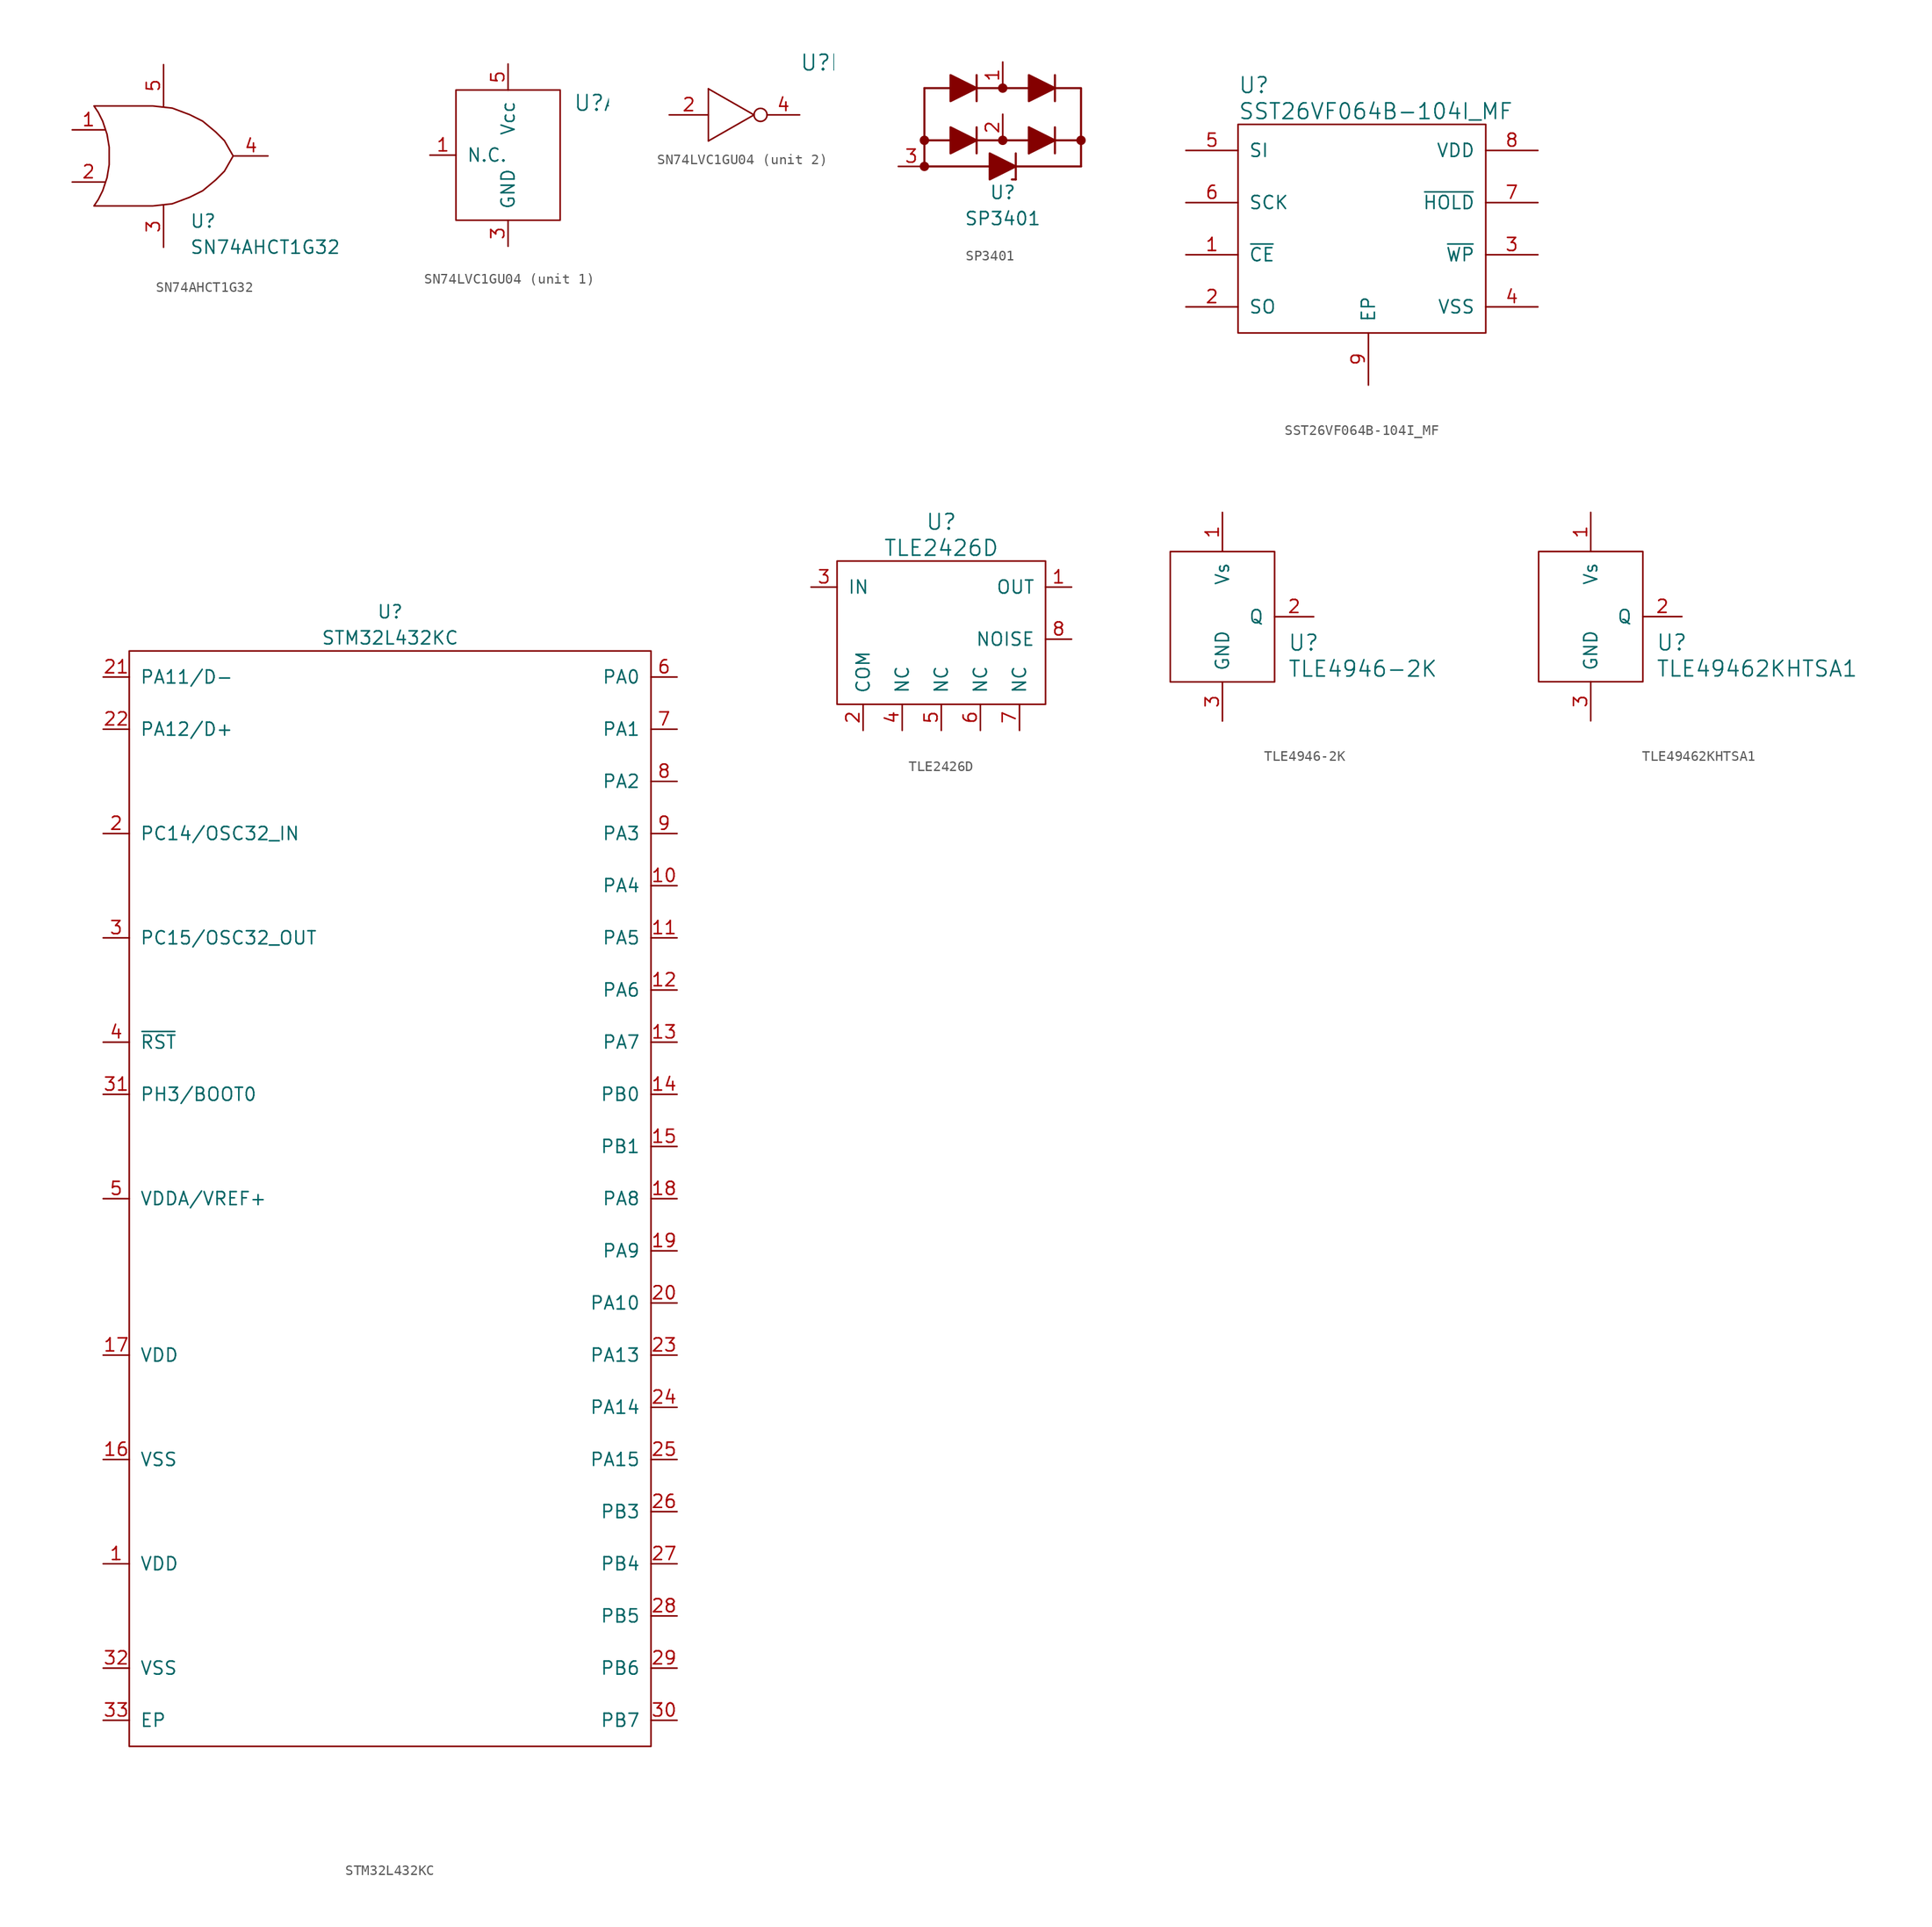
<source format=kicad_sym>
(kicad_symbol_lib
  (version 20211014)
  (generator kicad_symbol_editor)
  (symbol "SN74AHCT1G32"
    (property "Reference" "U"
      (at 2.54 -6.35 0)
      (effects (font (size 1.27 1.27)) (justify left)))
    (property "Value" "SN74AHCT1G32"
      (at 2.54 -8.89 0)
      (effects (font (size 1.27 1.27)) (justify left)))
    (symbol "SN74AHCT1G32_0_1"
      (polyline (pts (xy 6.773 0) (xy 5.927 1.482) (xy 5.08 2.328) (xy 3.81 3.387) (xy 2.54 4.022) (xy 0.847 4.657) (xy -1.058 4.868) (xy -6.773 4.868) (xy -6.35 4.233) (xy -5.927 3.387) (xy -5.503 2.117) (xy -5.292 0.847) (xy -5.292 -0.847) (xy -5.503 -2.117) (xy -5.927 -3.387) (xy -6.35 -4.233) (xy -6.773 -4.868) (xy -1.058 -4.868) (xy 0.847 -4.657) (xy 2.54 -4.022) (xy 3.81 -3.387) (xy 5.08 -2.328) (xy 5.927 -1.482) (xy 6.773 0)) (stroke (width 0) (type default) (color 0 0 0 0)) (fill (type none))))
    (symbol "SN74AHCT1G32_1_1"
      (pin input line (at -8.89 2.54 0) (length 3.175) (name "" (effects (font (size 1.27 1.27)))) (number "1" (effects (font (size 1.27 1.27)))))
      (pin input line (at -8.89 -2.54 0) (length 3.175) (name "" (effects (font (size 1.27 1.27)))) (number "2" (effects (font (size 1.27 1.27)))))
      (pin power_in line (at 0 -8.89 90) (length 4.064) (name "" (effects (font (size 1.27 1.27)))) (number "3" (effects (font (size 1.27 1.27)))))
      (pin output line (at 10.16 0 180) (length 3.302) (name "" (effects (font (size 1.27 1.27)))) (number "4" (effects (font (size 1.27 1.27)))))
      (pin power_in line (at 0 8.89 270) (length 4.064) (name "" (effects (font (size 1.27 1.27)))) (number "5" (effects (font (size 1.27 1.27)))))))
  (symbol "SN74LVC1GU04"
    (pin_names
      (offset 1.016))
    (property "Reference" "U"
      (at 6.35 5.08 0)
      (effects (font (size 1.524 1.524)) (justify left)))
    (property "ki_locked" ""
      (at 0 0 0)
      (effects (font (size 1.27 1.27))))
    (symbol "SN74LVC1GU04_1_1"
      (polyline (pts (xy -5.08 6.35) (xy 5.08 6.35) (xy 5.08 -6.35) (xy -5.08 -6.35) (xy -5.08 6.35)) (stroke (width 0) (type default) (color 0 0 0 0)) (fill (type none)))
      (pin input line (at -7.62 0 0) (length 2.54) (name "N.C." (effects (font (size 1.27 1.27)))) (number "1" (effects (font (size 1.27 1.27)))))
      (pin input line (at 0 -8.89 90) (length 2.54) (name "GND" (effects (font (size 1.27 1.27)))) (number "3" (effects (font (size 1.27 1.27)))))
      (pin input line (at 0 8.89 270) (length 2.54) (name "Vcc" (effects (font (size 1.27 1.27)))) (number "5" (effects (font (size 1.27 1.27))))))
    (symbol "SN74LVC1GU04_2_1"
      (polyline (pts (xy -2.54 -2.54) (xy 1.905 0)) (stroke (width 0) (type default) (color 0 0 0 0)) (fill (type none)))
      (polyline (pts (xy -2.54 2.54) (xy -2.54 -2.54)) (stroke (width 0) (type default) (color 0 0 0 0)) (fill (type none)))
      (polyline (pts (xy -2.54 2.54) (xy 1.905 0)) (stroke (width 0) (type default) (color 0 0 0 0)) (fill (type none)))
      (circle (center 2.54 0) (radius 0.635) (stroke (width 0) (type default) (color 0 0 0 0)) (fill (type none)))
      (pin input line (at -6.35 0 0) (length 3.81) (name "~" (effects (font (size 1.27 1.27)))) (number "2" (effects (font (size 1.27 1.27)))))
      (pin input line (at 6.35 0 180) (length 3.175) (name "~" (effects (font (size 1.27 1.27)))) (number "4" (effects (font (size 1.27 1.27)))))))
  (symbol "SP3401"
    (pin_names
      (offset 1.016))
    (property "Reference" "U"
      (at 0 -10.16 0)
      (effects (font (size 1.27 1.27))))
    (property "Value" "SP3401"
      (at 0 -12.7 0)
      (effects (font (size 1.27 1.27))))
    (symbol "SP3401_0_1"
      (circle (center -7.62 -7.62) (radius 0.356) (stroke (width 0.203) (type default) (color 0 0 0 0)) (fill (type outline)))
      (circle (center -7.62 -5.08) (radius 0.356) (stroke (width 0.203) (type default) (color 0 0 0 0)) (fill (type outline)))
      (circle (center 0 -5.08) (radius 0.356) (stroke (width 0.203) (type default) (color 0 0 0 0)) (fill (type outline)))
      (polyline (pts (xy -7.62 -7.62) (xy -7.62 0)) (stroke (width 0.203) (type default) (color 0 0 0 0)) (fill (type none)))
      (polyline (pts (xy -7.62 -7.62) (xy -1.27 -7.62)) (stroke (width 0.203) (type default) (color 0 0 0 0)) (fill (type none)))
      (polyline (pts (xy -7.62 0) (xy -5.08 0)) (stroke (width 0.203) (type default) (color 0 0 0 0)) (fill (type none)))
      (polyline (pts (xy -5.08 -5.08) (xy -7.62 -5.08)) (stroke (width 0.203) (type default) (color 0 0 0 0)) (fill (type none)))
      (polyline (pts (xy -2.54 -5.08) (xy 2.54 -5.08)) (stroke (width 0.203) (type default) (color 0 0 0 0)) (fill (type none)))
      (polyline (pts (xy -2.54 -3.81) (xy -2.54 -6.35)) (stroke (width 0.203) (type default) (color 0 0 0 0)) (fill (type none)))
      (polyline (pts (xy -2.54 0) (xy 2.54 0)) (stroke (width 0.203) (type default) (color 0 0 0 0)) (fill (type none)))
      (polyline (pts (xy -2.54 1.27) (xy -2.54 -1.27)) (stroke (width 0.203) (type default) (color 0 0 0 0)) (fill (type none)))
      (polyline (pts (xy 1.27 -8.89) (xy 0.889 -8.89)) (stroke (width 0.203) (type default) (color 0 0 0 0)) (fill (type none)))
      (polyline (pts (xy 1.27 -7.62) (xy 7.62 -7.62)) (stroke (width 0.203) (type default) (color 0 0 0 0)) (fill (type none)))
      (polyline (pts (xy 1.27 -6.35) (xy 1.27 -8.89)) (stroke (width 0.203) (type default) (color 0 0 0 0)) (fill (type none)))
      (polyline (pts (xy 2.54 -3.81) (xy 2.54 -6.35)) (stroke (width 0.203) (type default) (color 0 0 0 0)) (fill (type none)))
      (polyline (pts (xy 5.08 -3.81) (xy 5.08 -6.35)) (stroke (width 0.203) (type default) (color 0 0 0 0)) (fill (type none)))
      (polyline (pts (xy 5.08 1.27) (xy 5.08 -1.27)) (stroke (width 0.203) (type default) (color 0 0 0 0)) (fill (type none)))
      (polyline (pts (xy 7.62 -7.62) (xy 7.62 -5.08)) (stroke (width 0.203) (type default) (color 0 0 0 0)) (fill (type none)))
      (polyline (pts (xy 2.54 -6.35) (xy 5.08 -5.08) (xy 2.54 -3.81)) (stroke (width 0.203) (type default) (color 0 0 0 0)) (fill (type outline)))
      (polyline (pts (xy -5.08 -3.81) (xy -5.08 -6.35) (xy -2.54 -5.08) (xy -5.08 -3.81)) (stroke (width 0.203) (type default) (color 0 0 0 0)) (fill (type outline)))
      (polyline (pts (xy -5.08 1.27) (xy -5.08 -1.27) (xy -2.54 0) (xy -5.08 1.27)) (stroke (width 0.203) (type default) (color 0 0 0 0)) (fill (type outline)))
      (polyline (pts (xy -1.27 -6.35) (xy -1.27 -8.89) (xy 1.27 -7.62) (xy -1.27 -6.35)) (stroke (width 0.203) (type default) (color 0 0 0 0)) (fill (type outline)))
      (polyline (pts (xy 2.54 1.27) (xy 2.54 -1.27) (xy 5.08 0) (xy 2.54 1.27)) (stroke (width 0.203) (type default) (color 0 0 0 0)) (fill (type outline)))
      (polyline (pts (xy 5.08 0) (xy 7.62 0) (xy 7.62 -5.08) (xy 5.08 -5.08)) (stroke (width 0.203) (type default) (color 0 0 0 0)) (fill (type none)))
      (circle (center 0 0) (radius 0.356) (stroke (width 0.203) (type default) (color 0 0 0 0)) (fill (type outline)))
      (circle (center 7.62 -5.08) (radius 0.356) (stroke (width 0.203) (type default) (color 0 0 0 0)) (fill (type outline))))
    (symbol "SP3401_1_1"
      (pin passive line (at 0 2.54 270) (length 2.54) (name "~" (effects (font (size 1.27 1.27)))) (number "1" (effects (font (size 1.27 1.27)))))
      (pin passive line (at 0 -2.54 270) (length 2.54) (name "~" (effects (font (size 1.27 1.27)))) (number "2" (effects (font (size 1.27 1.27)))))
      (pin passive line (at -10.16 -7.62 0) (length 2.54) (name "~" (effects (font (size 1.27 1.27)))) (number "3" (effects (font (size 1.27 1.27)))))))
  (symbol "SST26VF064B-104I_MF"
    (pin_names
      (offset 1.016))
    (property "Reference" "U"
      (at -12.7 13.97 0)
      (effects (font (size 1.524 1.524)) (justify left)))
    (property "Value" "SST26VF064B-104I_MF"
      (at -12.7 11.43 0)
      (effects (font (size 1.524 1.524)) (justify left)))
    (symbol "SST26VF064B-104I_MF_0_1"
      (rectangle (start -12.7 -10.16) (end 11.43 10.16) (stroke (width 0) (type default) (color 0 0 0 0)) (fill (type none))))
    (symbol "SST26VF064B-104I_MF_1_1"
      (pin input line (at -17.78 -2.54 0) (length 5.08) (name "~{CE}" (effects (font (size 1.27 1.27)))) (number "1" (effects (font (size 1.27 1.27)))))
      (pin input line (at -17.78 -7.62 0) (length 5.08) (name "SO" (effects (font (size 1.27 1.27)))) (number "2" (effects (font (size 1.27 1.27)))))
      (pin input line (at 16.51 -2.54 180) (length 5.08) (name "~{WP}" (effects (font (size 1.27 1.27)))) (number "3" (effects (font (size 1.27 1.27)))))
      (pin input line (at 16.51 -7.62 180) (length 5.08) (name "VSS" (effects (font (size 1.27 1.27)))) (number "4" (effects (font (size 1.27 1.27)))))
      (pin input line (at -17.78 7.62 0) (length 5.08) (name "SI" (effects (font (size 1.27 1.27)))) (number "5" (effects (font (size 1.27 1.27)))))
      (pin input line (at -17.78 2.54 0) (length 5.08) (name "SCK" (effects (font (size 1.27 1.27)))) (number "6" (effects (font (size 1.27 1.27)))))
      (pin input line (at 16.51 2.54 180) (length 5.08) (name "~{HOLD}" (effects (font (size 1.27 1.27)))) (number "7" (effects (font (size 1.27 1.27)))))
      (pin input line (at 16.51 7.62 180) (length 5.08) (name "VDD" (effects (font (size 1.27 1.27)))) (number "8" (effects (font (size 1.27 1.27)))))
      (pin input line (at 0 -15.24 90) (length 5.08) (name "EP" (effects (font (size 1.27 1.27)))) (number "9" (effects (font (size 1.27 1.27)))))))
  (symbol "STM32L432KC"
    (pin_names
      (offset 1.016))
    (property "Reference" "U"
      (at 0 57.15 0)
      (effects (font (size 1.27 1.27))))
    (property "Value" "STM32L432KC"
      (at 0 54.61 0)
      (effects (font (size 1.27 1.27))))
    (symbol "STM32L432KC_0_1"
      (rectangle (start -25.4 53.34) (end 25.4 -53.34) (stroke (width 0) (type default) (color 0 0 0 0)) (fill (type none))))
    (symbol "STM32L432KC_1_1"
      (pin input line (at -27.94 -35.56 0) (length 2.54) (name "VDD" (effects (font (size 1.27 1.27)))) (number "1" (effects (font (size 1.27 1.27)))))
      (pin input line (at 27.94 30.48 180) (length 2.54) (name "PA4" (effects (font (size 1.27 1.27)))) (number "10" (effects (font (size 1.27 1.27)))))
      (pin input line (at 27.94 25.4 180) (length 2.54) (name "PA5" (effects (font (size 1.27 1.27)))) (number "11" (effects (font (size 1.27 1.27)))))
      (pin input line (at 27.94 20.32 180) (length 2.54) (name "PA6" (effects (font (size 1.27 1.27)))) (number "12" (effects (font (size 1.27 1.27)))))
      (pin input line (at 27.94 15.24 180) (length 2.54) (name "PA7" (effects (font (size 1.27 1.27)))) (number "13" (effects (font (size 1.27 1.27)))))
      (pin input line (at 27.94 10.16 180) (length 2.54) (name "PB0" (effects (font (size 1.27 1.27)))) (number "14" (effects (font (size 1.27 1.27)))))
      (pin input line (at 27.94 5.08 180) (length 2.54) (name "PB1" (effects (font (size 1.27 1.27)))) (number "15" (effects (font (size 1.27 1.27)))))
      (pin input line (at -27.94 -25.4 0) (length 2.54) (name "VSS" (effects (font (size 1.27 1.27)))) (number "16" (effects (font (size 1.27 1.27)))))
      (pin input line (at -27.94 -15.24 0) (length 2.54) (name "VDD" (effects (font (size 1.27 1.27)))) (number "17" (effects (font (size 1.27 1.27)))))
      (pin input line (at 27.94 0 180) (length 2.54) (name "PA8" (effects (font (size 1.27 1.27)))) (number "18" (effects (font (size 1.27 1.27)))))
      (pin input line (at 27.94 -5.08 180) (length 2.54) (name "PA9" (effects (font (size 1.27 1.27)))) (number "19" (effects (font (size 1.27 1.27)))))
      (pin input line (at -27.94 35.56 0) (length 2.54) (name "PC14/OSC32_IN" (effects (font (size 1.27 1.27)))) (number "2" (effects (font (size 1.27 1.27)))))
      (pin input line (at 27.94 -10.16 180) (length 2.54) (name "PA10" (effects (font (size 1.27 1.27)))) (number "20" (effects (font (size 1.27 1.27)))))
      (pin input line (at -27.94 50.8 0) (length 2.54) (name "PA11/D-" (effects (font (size 1.27 1.27)))) (number "21" (effects (font (size 1.27 1.27)))))
      (pin input line (at -27.94 45.72 0) (length 2.54) (name "PA12/D+" (effects (font (size 1.27 1.27)))) (number "22" (effects (font (size 1.27 1.27)))))
      (pin input line (at 27.94 -15.24 180) (length 2.54) (name "PA13" (effects (font (size 1.27 1.27)))) (number "23" (effects (font (size 1.27 1.27)))))
      (pin input line (at 27.94 -20.32 180) (length 2.54) (name "PA14" (effects (font (size 1.27 1.27)))) (number "24" (effects (font (size 1.27 1.27)))))
      (pin input line (at 27.94 -25.4 180) (length 2.54) (name "PA15" (effects (font (size 1.27 1.27)))) (number "25" (effects (font (size 1.27 1.27)))))
      (pin input line (at 27.94 -30.48 180) (length 2.54) (name "PB3" (effects (font (size 1.27 1.27)))) (number "26" (effects (font (size 1.27 1.27)))))
      (pin input line (at 27.94 -35.56 180) (length 2.54) (name "PB4" (effects (font (size 1.27 1.27)))) (number "27" (effects (font (size 1.27 1.27)))))
      (pin input line (at 27.94 -40.64 180) (length 2.54) (name "PB5" (effects (font (size 1.27 1.27)))) (number "28" (effects (font (size 1.27 1.27)))))
      (pin input line (at 27.94 -45.72 180) (length 2.54) (name "PB6" (effects (font (size 1.27 1.27)))) (number "29" (effects (font (size 1.27 1.27)))))
      (pin input line (at -27.94 25.4 0) (length 2.54) (name "PC15/OSC32_OUT" (effects (font (size 1.27 1.27)))) (number "3" (effects (font (size 1.27 1.27)))))
      (pin input line (at 27.94 -50.8 180) (length 2.54) (name "PB7" (effects (font (size 1.27 1.27)))) (number "30" (effects (font (size 1.27 1.27)))))
      (pin input line (at -27.94 10.16 0) (length 2.54) (name "PH3/BOOT0" (effects (font (size 1.27 1.27)))) (number "31" (effects (font (size 1.27 1.27)))))
      (pin input line (at -27.94 -45.72 0) (length 2.54) (name "VSS" (effects (font (size 1.27 1.27)))) (number "32" (effects (font (size 1.27 1.27)))))
      (pin input line (at -27.94 -50.8 0) (length 2.54) (name "EP" (effects (font (size 1.27 1.27)))) (number "33" (effects (font (size 1.27 1.27)))))
      (pin input line (at -27.94 15.24 0) (length 2.54) (name "~{RST}" (effects (font (size 1.27 1.27)))) (number "4" (effects (font (size 1.27 1.27)))))
      (pin input line (at -27.94 0 0) (length 2.54) (name "VDDA/VREF+" (effects (font (size 1.27 1.27)))) (number "5" (effects (font (size 1.27 1.27)))))
      (pin input line (at 27.94 50.8 180) (length 2.54) (name "PA0" (effects (font (size 1.27 1.27)))) (number "6" (effects (font (size 1.27 1.27)))))
      (pin input line (at 27.94 45.72 180) (length 2.54) (name "PA1" (effects (font (size 1.27 1.27)))) (number "7" (effects (font (size 1.27 1.27)))))
      (pin input line (at 27.94 40.64 180) (length 2.54) (name "PA2" (effects (font (size 1.27 1.27)))) (number "8" (effects (font (size 1.27 1.27)))))
      (pin input line (at 27.94 35.56 180) (length 2.54) (name "PA3" (effects (font (size 1.27 1.27)))) (number "9" (effects (font (size 1.27 1.27)))))))
  (symbol "TLE2426D"
    (pin_names
      (offset 1.016))
    (property "Reference" "U"
      (at 0 11.43 0)
      (effects (font (size 1.524 1.524))))
    (property "Value" "TLE2426D"
      (at 0 8.89 0)
      (effects (font (size 1.524 1.524))))
    (symbol "TLE2426D_0_1"
      (rectangle (start -10.16 7.62) (end 10.16 -6.35) (stroke (width 0) (type default) (color 0 0 0 0)) (fill (type none))))
    (symbol "TLE2426D_1_1"
      (pin input line (at 12.7 5.08 180) (length 2.54) (name "OUT" (effects (font (size 1.27 1.27)))) (number "1" (effects (font (size 1.27 1.27)))))
      (pin input line (at -7.62 -8.89 90) (length 2.54) (name "COM" (effects (font (size 1.27 1.27)))) (number "2" (effects (font (size 1.27 1.27)))))
      (pin input line (at -12.7 5.08 0) (length 2.54) (name "IN" (effects (font (size 1.27 1.27)))) (number "3" (effects (font (size 1.27 1.27)))))
      (pin input line (at -3.81 -8.89 90) (length 2.54) (name "NC" (effects (font (size 1.27 1.27)))) (number "4" (effects (font (size 1.27 1.27)))))
      (pin input line (at 0 -8.89 90) (length 2.54) (name "NC" (effects (font (size 1.27 1.27)))) (number "5" (effects (font (size 1.27 1.27)))))
      (pin input line (at 3.81 -8.89 90) (length 2.54) (name "NC" (effects (font (size 1.27 1.27)))) (number "6" (effects (font (size 1.27 1.27)))))
      (pin input line (at 7.62 -8.89 90) (length 2.54) (name "NC" (effects (font (size 1.27 1.27)))) (number "7" (effects (font (size 1.27 1.27)))))
      (pin input line (at 12.7 0 180) (length 2.54) (name "NOISE" (effects (font (size 1.27 1.27)))) (number "8" (effects (font (size 1.27 1.27)))))))
  (symbol "TLE4946-2K"
    (pin_names
      (offset 1.016))
    (property "Reference" "U"
      (at 6.35 -2.54 0)
      (effects (font (size 1.524 1.524)) (justify left)))
    (property "Value" "TLE4946-2K"
      (at 6.35 -5.08 0)
      (effects (font (size 1.524 1.524)) (justify left)))
    (symbol "TLE4946-2K_0_1"
      (rectangle (start 5.08 6.35) (end -5.08 -6.35) (stroke (width 0) (type default) (color 0 0 0 0)) (fill (type none))))
    (symbol "TLE4946-2K_1_1"
      (pin input line (at 0 10.16 270) (length 3.81) (name "Vs" (effects (font (size 1.27 1.27)))) (number "1" (effects (font (size 1.27 1.27)))))
      (pin input line (at 8.89 0 180) (length 3.81) (name "Q" (effects (font (size 1.27 1.27)))) (number "2" (effects (font (size 1.27 1.27)))))
      (pin input line (at 0 -10.16 90) (length 3.81) (name "GND" (effects (font (size 1.27 1.27)))) (number "3" (effects (font (size 1.27 1.27)))))))
  (symbol "TLE49462KHTSA1"
    (pin_names
      (offset 1.016))
    (property "Reference" "U"
      (at 6.35 -2.54 0)
      (effects (font (size 1.524 1.524)) (justify left)))
    (property "Value" "TLE49462KHTSA1"
      (at 6.35 -5.08 0)
      (effects (font (size 1.524 1.524)) (justify left)))
    (symbol "TLE49462KHTSA1_0_1"
      (rectangle (start 5.08 6.35) (end -5.08 -6.35) (stroke (width 0) (type default) (color 0 0 0 0)) (fill (type none))))
    (symbol "TLE49462KHTSA1_1_1"
      (pin input line (at 0 10.16 270) (length 3.81) (name "Vs" (effects (font (size 1.27 1.27)))) (number "1" (effects (font (size 1.27 1.27)))))
      (pin input line (at 8.89 0 180) (length 3.81) (name "Q" (effects (font (size 1.27 1.27)))) (number "2" (effects (font (size 1.27 1.27)))))
      (pin input line (at 0 -10.16 90) (length 3.81) (name "GND" (effects (font (size 1.27 1.27)))) (number "3" (effects (font (size 1.27 1.27))))))))
</source>
